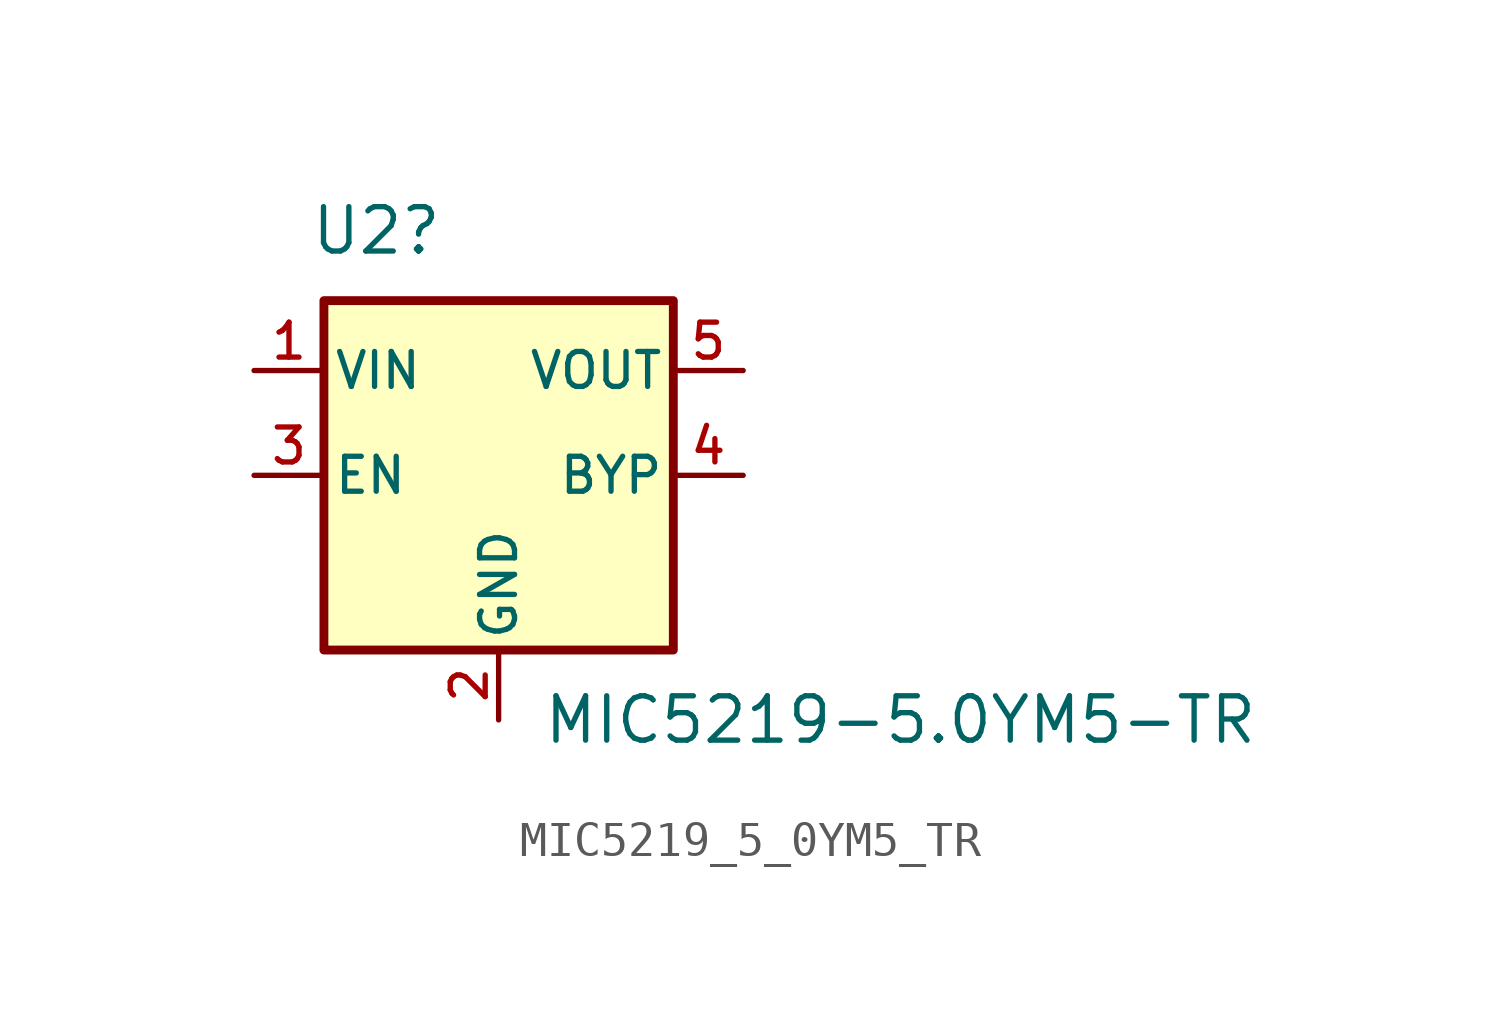
<source format=kicad_sym>
(kicad_symbol_lib
  (version 20220914)
  (generator kicad_symbol_editor)
  (symbol "MIC5219_5_0YM5_TR"
    (pin_names
      (offset 0.254))
    (property "Reference" "U2"
      (at 1.5 2 0)
      (effects (font (size 1.27 1.27))))
    (property "Value" "MIC5219-5.0YM5-TR"
      (at 16.5 -12 0)
      (effects (font (size 1.27 1.27))))
    (symbol "MIC5219_5_0YM5_TR_0_1"
      (rectangle (start 0 0) (end 10 -10) (stroke (width 0.254) (type default)) (fill (type background))))
    (symbol "MIC5219_5_0YM5_TR_1_1"
      (pin power_in line (at -2 -2 0) (length 2) (name "VIN" (effects (font (size 1 1)))) (number "1" (effects (font (size 1 1)))))
      (pin power_in line (at 5 -12 90) (length 2) (name "GND" (effects (font (size 1 1)))) (number "2" (effects (font (size 1 1)))))
      (pin input line (at -2 -5 0) (length 2) (name "EN" (effects (font (size 1 1)))) (number "3" (effects (font (size 1 1)))))
      (pin power_in line (at 12 -5 180) (length 2) (name "BYP" (effects (font (size 1 1)))) (number "4" (effects (font (size 1 1)))))
      (pin power_out line (at 12 -2 180) (length 2) (name "VOUT" (effects (font (size 1 1)))) (number "5" (effects (font (size 1 1))))))))
</source>
